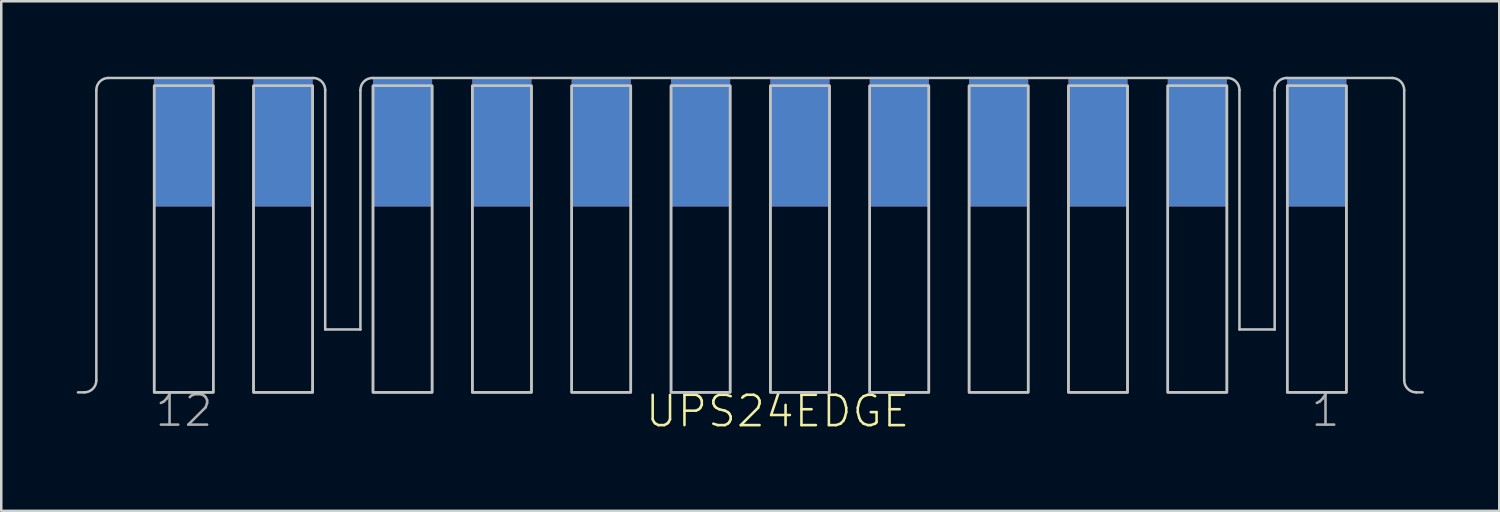
<source format=kicad_pcb>
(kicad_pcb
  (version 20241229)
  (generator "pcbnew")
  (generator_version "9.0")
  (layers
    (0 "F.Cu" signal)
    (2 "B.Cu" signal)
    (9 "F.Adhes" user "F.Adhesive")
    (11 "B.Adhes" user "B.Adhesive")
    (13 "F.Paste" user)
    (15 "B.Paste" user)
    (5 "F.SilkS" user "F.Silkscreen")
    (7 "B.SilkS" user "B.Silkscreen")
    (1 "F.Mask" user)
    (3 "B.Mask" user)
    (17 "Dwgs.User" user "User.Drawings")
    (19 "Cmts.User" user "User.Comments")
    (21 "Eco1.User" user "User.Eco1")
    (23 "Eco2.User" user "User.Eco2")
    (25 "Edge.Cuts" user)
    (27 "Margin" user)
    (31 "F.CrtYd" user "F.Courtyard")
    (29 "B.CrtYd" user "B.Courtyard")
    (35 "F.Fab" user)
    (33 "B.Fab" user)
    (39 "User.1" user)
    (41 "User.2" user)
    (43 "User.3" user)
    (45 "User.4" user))
  (footprint "UPS24EDGE"
    (layer "F.Cu")
    (at 26.78 6.3)
    (property "Reference" "UPS24EDGE" (at -4.234 7.705 0) (layer "F.SilkS") (effects (font (size 1.206 1.206) (thickness 0.102)) (justify left bottom)))
    (attr through_hole)
    (fp_line (start -26.73 6.25) (end -26.48 6.25) (stroke (width 0.1) (type solid)) (layer "Dwgs.User"))
    (fp_line (start -26 5.77) (end -26 -5.77) (stroke (width 0.1) (type solid)) (layer "Dwgs.User"))
    (fp_line (start -25.52 -6.25) (end -17.38 -6.25) (stroke (width 0.1) (type solid)) (layer "Dwgs.User"))
    (fp_line (start -16.9 -5.77) (end -16.9 3.75) (stroke (width 0.1) (type solid)) (layer "Dwgs.User"))
    (fp_line (start -16.9 3.75) (end -15.5 3.75) (stroke (width 0.1) (type solid)) (layer "Dwgs.User"))
    (fp_line (start -15.5 -5.77) (end -15.5 3.75) (stroke (width 0.1) (type solid)) (layer "Dwgs.User"))
    (fp_line (start 18.97 -6.25) (end -15.02 -6.25) (stroke (width 0.1) (type solid)) (layer "Dwgs.User"))
    (fp_line (start 19.45 -5.77) (end 19.45 3.75) (stroke (width 0.1) (type solid)) (layer "Dwgs.User"))
    (fp_line (start 19.45 3.75) (end 20.85 3.75) (stroke (width 0.1) (type solid)) (layer "Dwgs.User"))
    (fp_line (start 20.85 3.75) (end 20.85 -5.77) (stroke (width 0.1) (type solid)) (layer "Dwgs.User"))
    (fp_line (start 21.33 -6.25) (end 25.52 -6.25) (stroke (width 0.1) (type solid)) (layer "Dwgs.User"))
    (fp_line (start 26 -5.77) (end 26 5.77) (stroke (width 0.1) (type solid)) (layer "Dwgs.User"))
    (fp_line (start 26.48 6.25) (end 26.73 6.25) (stroke (width 0.1) (type solid)) (layer "Dwgs.User"))
    (fp_arc (start -26 -5.77) (mid -25.859411 -6.109411) (end -25.52 -6.25) (stroke (width 0.1) (type solid)) (layer "Dwgs.User"))
    (fp_arc (start -26 5.77) (mid -26.140589 6.109411) (end -26.48 6.25) (stroke (width 0.1) (type solid)) (layer "Dwgs.User"))
    (fp_arc (start -17.38 -6.25) (mid -17.040589 -6.109411) (end -16.9 -5.77) (stroke (width 0.1) (type solid)) (layer "Dwgs.User"))
    (fp_arc (start -15.5 -5.77) (mid -15.359411 -6.109411) (end -15.02 -6.25) (stroke (width 0.1) (type solid)) (layer "Dwgs.User"))
    (fp_arc (start 18.97 -6.25) (mid 19.309411 -6.109411) (end 19.45 -5.77) (stroke (width 0.1) (type solid)) (layer "Dwgs.User"))
    (fp_arc (start 20.85 -5.77) (mid 20.990589 -6.109411) (end 21.33 -6.25) (stroke (width 0.1) (type solid)) (layer "Dwgs.User"))
    (fp_arc (start 25.52 -6.25) (mid 25.859411 -6.109411) (end 26 -5.77) (stroke (width 0.1) (type solid)) (layer "Dwgs.User"))
    (fp_arc (start 26.48 6.25) (mid 26.140589 6.109411) (end 26 5.77) (stroke (width 0.1) (type solid)) (layer "Dwgs.User"))
    (fp_poly (pts (xy -23.7 6.25) (xy -21.35 6.25) (xy -21.35 -5.94) (xy -23.7 -5.94)) (stroke (width 0.1) (type solid)) (fill no) (layer "Dwgs.User"))
    (fp_poly (pts (xy -23.7 6.25) (xy -21.35 6.25) (xy -21.35 -5.94) (xy -23.7 -5.94)) (stroke (width 0.1) (type solid)) (fill no) (layer "Dwgs.User"))
    (fp_poly (pts (xy -19.75 6.25) (xy -17.4 6.25) (xy -17.4 -5.94) (xy -19.75 -5.94)) (stroke (width 0.1) (type solid)) (fill no) (layer "Dwgs.User"))
    (fp_poly (pts (xy -19.75 6.25) (xy -17.4 6.25) (xy -17.4 -5.94) (xy -19.75 -5.94)) (stroke (width 0.1) (type solid)) (fill no) (layer "Dwgs.User"))
    (fp_poly (pts (xy -15 6.25) (xy -12.65 6.25) (xy -12.65 -5.94) (xy -15 -5.94)) (stroke (width 0.1) (type solid)) (fill no) (layer "Dwgs.User"))
    (fp_poly (pts (xy -15 6.25) (xy -12.65 6.25) (xy -12.65 -5.94) (xy -15 -5.94)) (stroke (width 0.1) (type solid)) (fill no) (layer "Dwgs.User"))
    (fp_poly (pts (xy -11.05 6.25) (xy -8.7 6.25) (xy -8.7 -5.94) (xy -11.05 -5.94)) (stroke (width 0.1) (type solid)) (fill no) (layer "Dwgs.User"))
    (fp_poly (pts (xy -11.05 6.25) (xy -8.7 6.25) (xy -8.7 -5.94) (xy -11.05 -5.94)) (stroke (width 0.1) (type solid)) (fill no) (layer "Dwgs.User"))
    (fp_poly (pts (xy -7.1 6.25) (xy -4.75 6.25) (xy -4.75 -5.94) (xy -7.1 -5.94)) (stroke (width 0.1) (type solid)) (fill no) (layer "Dwgs.User"))
    (fp_poly (pts (xy -7.1 6.25) (xy -4.75 6.25) (xy -4.75 -5.94) (xy -7.1 -5.94)) (stroke (width 0.1) (type solid)) (fill no) (layer "Dwgs.User"))
    (fp_poly (pts (xy -3.15 6.25) (xy -0.8 6.25) (xy -0.8 -5.94) (xy -3.15 -5.94)) (stroke (width 0.1) (type solid)) (fill no) (layer "Dwgs.User"))
    (fp_poly (pts (xy -3.15 6.25) (xy -0.8 6.25) (xy -0.8 -5.94) (xy -3.15 -5.94)) (stroke (width 0.1) (type solid)) (fill no) (layer "Dwgs.User"))
    (fp_poly (pts (xy 0.8 6.25) (xy 3.15 6.25) (xy 3.15 -5.94) (xy 0.8 -5.94)) (stroke (width 0.1) (type solid)) (fill no) (layer "Dwgs.User"))
    (fp_poly (pts (xy 0.8 6.25) (xy 3.15 6.25) (xy 3.15 -5.94) (xy 0.8 -5.94)) (stroke (width 0.1) (type solid)) (fill no) (layer "Dwgs.User"))
    (fp_poly (pts (xy 4.75 6.25) (xy 7.1 6.25) (xy 7.1 -5.94) (xy 4.75 -5.94)) (stroke (width 0.1) (type solid)) (fill no) (layer "Dwgs.User"))
    (fp_poly (pts (xy 4.75 6.25) (xy 7.1 6.25) (xy 7.1 -5.94) (xy 4.75 -5.94)) (stroke (width 0.1) (type solid)) (fill no) (layer "Dwgs.User"))
    (fp_poly (pts (xy 8.7 6.25) (xy 11.05 6.25) (xy 11.05 -5.94) (xy 8.7 -5.94)) (stroke (width 0.1) (type solid)) (fill no) (layer "Dwgs.User"))
    (fp_poly (pts (xy 8.7 6.25) (xy 11.05 6.25) (xy 11.05 -5.94) (xy 8.7 -5.94)) (stroke (width 0.1) (type solid)) (fill no) (layer "Dwgs.User"))
    (fp_poly (pts (xy 12.65 6.25) (xy 15 6.25) (xy 15 -5.94) (xy 12.65 -5.94)) (stroke (width 0.1) (type solid)) (fill no) (layer "Dwgs.User"))
    (fp_poly (pts (xy 12.65 6.25) (xy 15 6.25) (xy 15 -5.94) (xy 12.65 -5.94)) (stroke (width 0.1) (type solid)) (fill no) (layer "Dwgs.User"))
    (fp_poly (pts (xy 16.6 6.25) (xy 18.95 6.25) (xy 18.95 -5.94) (xy 16.6 -5.94)) (stroke (width 0.1) (type solid)) (fill no) (layer "Dwgs.User"))
    (fp_poly (pts (xy 16.6 6.25) (xy 18.95 6.25) (xy 18.95 -5.94) (xy 16.6 -5.94)) (stroke (width 0.1) (type solid)) (fill no) (layer "Dwgs.User"))
    (fp_poly (pts (xy 21.35 6.25) (xy 23.7 6.25) (xy 23.7 -5.94) (xy 21.35 -5.94)) (stroke (width 0.1) (type solid)) (fill no) (layer "Dwgs.User"))
    (fp_poly (pts (xy 21.35 6.25) (xy 23.7 6.25) (xy 23.7 -5.94) (xy 21.35 -5.94)) (stroke (width 0.1) (type solid)) (fill no) (layer "Dwgs.User"))
    (fp_text user "12" (at -23.73 7.685 0) (layer "F.Fab") (effects (font (size 1.206 1.206) (thickness 0.102)) (justify left bottom)))
    (fp_text user "1" (at 22.23 7.685 0) (layer "F.Fab") (effects (font (size 1.206 1.206) (thickness 0.102)) (justify left bottom)))
    (pad "1" smd rect (at 22.525 -3.68) (size 2.35 5.08) (layers "F.Cu" "F.Mask" "F.Paste"))
    (pad "2" smd rect (at 17.775 -3.68) (size 2.35 5.08) (layers "F.Cu" "F.Mask" "F.Paste"))
    (pad "3" smd rect (at 13.825 -3.68) (size 2.35 5.08) (layers "F.Cu" "F.Mask" "F.Paste"))
    (pad "4" smd rect (at 9.875 -3.68) (size 2.35 5.08) (layers "F.Cu" "F.Mask" "F.Paste"))
    (pad "5" smd rect (at 5.925 -3.68) (size 2.35 5.08) (layers "F.Cu" "F.Mask" "F.Paste"))
    (pad "6" smd rect (at 1.975 -3.68) (size 2.35 5.08) (layers "F.Cu" "F.Mask" "F.Paste"))
    (pad "7" smd rect (at -1.975 -3.68) (size 2.35 5.08) (layers "F.Cu" "F.Mask" "F.Paste"))
    (pad "8" smd rect (at -5.925 -3.68) (size 2.35 5.08) (layers "F.Cu" "F.Mask" "F.Paste"))
    (pad "9" smd rect (at -9.875 -3.68) (size 2.35 5.08) (layers "F.Cu" "F.Mask" "F.Paste"))
    (pad "10" smd rect (at -13.825 -3.68) (size 2.35 5.08) (layers "F.Cu" "F.Mask" "F.Paste"))
    (pad "11" smd rect (at -18.575 -3.68) (size 2.35 5.08) (layers "F.Cu" "F.Mask" "F.Paste"))
    (pad "12" smd rect (at -22.525 -3.68) (size 2.35 5.08) (layers "F.Cu" "F.Mask" "F.Paste"))
    (pad "A" smd rect (at 22.525 -3.68) (size 2.35 5.08) (layers "B.Cu" "B.Mask" "B.Paste"))
    (pad "B" smd rect (at 17.775 -3.68) (size 2.35 5.08) (layers "B.Cu" "B.Mask" "B.Paste"))
    (pad "C" smd rect (at 13.825 -3.68) (size 2.35 5.08) (layers "B.Cu" "B.Mask" "B.Paste"))
    (pad "D" smd rect (at 9.875 -3.68) (size 2.35 5.08) (layers "B.Cu" "B.Mask" "B.Paste"))
    (pad "E" smd rect (at 5.925 -3.68) (size 2.35 5.08) (layers "B.Cu" "B.Mask" "B.Paste"))
    (pad "F" smd rect (at 1.975 -3.68) (size 2.35 5.08) (layers "B.Cu" "B.Mask" "B.Paste"))
    (pad "H" smd rect (at -1.975 -3.68) (size 2.35 5.08) (layers "B.Cu" "B.Mask" "B.Paste"))
    (pad "J" smd rect (at -5.925 -3.68) (size 2.35 5.08) (layers "B.Cu" "B.Mask" "B.Paste"))
    (pad "K" smd rect (at -9.875 -3.68) (size 2.35 5.08) (layers "B.Cu" "B.Mask" "B.Paste"))
    (pad "L" smd rect (at -13.825 -3.68) (size 2.35 5.08) (layers "B.Cu" "B.Mask" "B.Paste"))
    (pad "M" smd rect (at -18.575 -3.68) (size 2.35 5.08) (layers "B.Cu" "B.Mask" "B.Paste"))
    (pad "N" smd rect (at -22.525 -3.68) (size 2.35 5.08) (layers "B.Cu" "B.Mask" "B.Paste")))
  (gr_rect
    (start -3 -3)
    (end 56.56 17.262)
    (stroke (width 0.1) (type default))
    (fill no)
    (layer "Edge.Cuts")))
</source>
